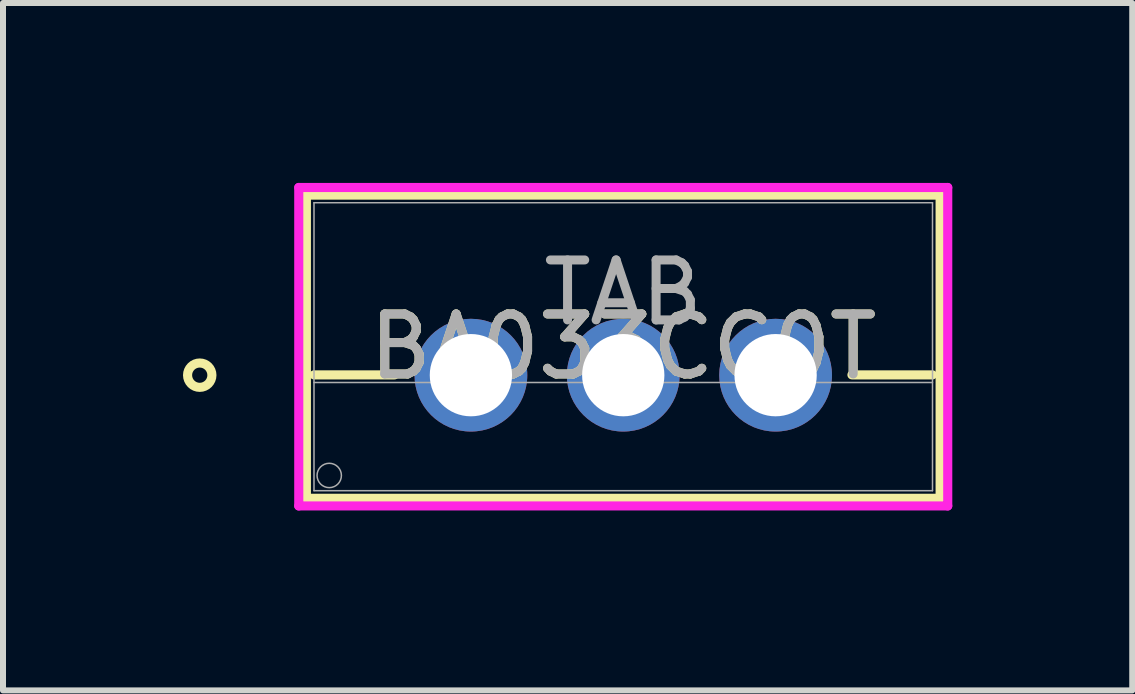
<source format=kicad_pcb>
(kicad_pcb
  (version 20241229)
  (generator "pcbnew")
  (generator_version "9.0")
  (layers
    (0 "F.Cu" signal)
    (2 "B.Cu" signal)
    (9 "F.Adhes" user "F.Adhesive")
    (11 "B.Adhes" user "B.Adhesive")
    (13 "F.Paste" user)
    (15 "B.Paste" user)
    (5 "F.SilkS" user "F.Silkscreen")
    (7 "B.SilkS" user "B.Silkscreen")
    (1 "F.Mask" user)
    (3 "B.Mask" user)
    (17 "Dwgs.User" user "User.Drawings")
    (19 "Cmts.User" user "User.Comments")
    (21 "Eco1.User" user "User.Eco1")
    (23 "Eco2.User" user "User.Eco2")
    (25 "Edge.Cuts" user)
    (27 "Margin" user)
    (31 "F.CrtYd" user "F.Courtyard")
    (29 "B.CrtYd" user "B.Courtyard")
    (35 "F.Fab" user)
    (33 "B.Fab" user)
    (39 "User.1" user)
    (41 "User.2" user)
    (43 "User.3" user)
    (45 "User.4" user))
  (footprint "BA033CC0T"
    (layer "F.Cu")
    (at 4.801 3.205)
    (property "Reference" "BA033CC0T" (at 2.54 -0.475 0) (unlocked yes) (layer "F.SilkS") (effects (font (size 1 1) (thickness 0.15))))
    (attr through_hole)
    (fp_line (start -2.743 -3.002) (end -2.743 2.053) (stroke (width 0.152) (type solid)) (layer "F.SilkS"))
    (fp_line (start -2.743 2.053) (end 7.823 2.053) (stroke (width 0.152) (type solid)) (layer "F.SilkS"))
    (fp_line (start -2.616 -0.005) (end -1.273 -0.005) (stroke (width 0.152) (type solid)) (layer "F.SilkS"))
    (fp_line (start 6.353 -0.005) (end 7.696 -0.005) (stroke (width 0.152) (type solid)) (layer "F.SilkS"))
    (fp_line (start 7.823 -3.002) (end -2.743 -3.002) (stroke (width 0.152) (type solid)) (layer "F.SilkS"))
    (fp_line (start 7.823 2.053) (end 7.823 -3.002) (stroke (width 0.152) (type solid)) (layer "F.SilkS"))
    (fp_circle (center -4.521 0) (end -4.318 0) (stroke (width 0.152) (type solid)) (fill no) (layer "F.SilkS"))
    (fp_line (start -2.87 -3.129) (end -2.87 2.18) (stroke (width 0.152) (type solid)) (layer "F.CrtYd"))
    (fp_line (start -2.87 2.18) (end 7.95 2.18) (stroke (width 0.152) (type solid)) (layer "F.CrtYd"))
    (fp_line (start 7.95 -3.129) (end -2.87 -3.129) (stroke (width 0.152) (type solid)) (layer "F.CrtYd"))
    (fp_line (start 7.95 2.18) (end 7.95 -3.129) (stroke (width 0.152) (type solid)) (layer "F.CrtYd"))
    (fp_line (start -2.616 -2.875) (end -2.616 1.926) (stroke (width 0.025) (type solid)) (layer "F.Fab"))
    (fp_line (start -2.616 0.122) (end 7.696 0.122) (stroke (width 0.025) (type solid)) (layer "F.Fab"))
    (fp_line (start -2.616 1.926) (end 7.696 1.926) (stroke (width 0.025) (type solid)) (layer "F.Fab"))
    (fp_line (start 7.696 -2.875) (end -2.616 -2.875) (stroke (width 0.025) (type solid)) (layer "F.Fab"))
    (fp_line (start 7.696 1.926) (end 7.696 -2.875) (stroke (width 0.025) (type solid)) (layer "F.Fab"))
    (fp_circle (center -2.362 1.672) (end -2.159 1.672) (stroke (width 0.025) (type solid)) (fill no) (layer "F.Fab"))
    (fp_text user "${REFERENCE}" (at 2.54 -0.475 0) (unlocked yes) (layer "F.Fab") (effects (font (size 1 1) (thickness 0.15))))
    (fp_text user "TAB" (at 2.54 -1.376 0) (unlocked yes) (layer "F.Fab") (effects (font (size 1 1) (thickness 0.15))))
    (pad "1" thru_hole circle (at 0 0) (size 1.88 1.88) (drill 1.372) (layers "*.Cu" "*.Mask"))
    (pad "2" thru_hole circle (at 2.54 0) (size 1.88 1.88) (drill 1.372) (layers "*.Cu" "*.Mask"))
    (pad "3" thru_hole circle (at 5.08 0) (size 1.88 1.88) (drill 1.372) (layers "*.Cu" "*.Mask")))
  (gr_rect
    (start -3 -3)
    (end 15.827 8.461)
    (stroke (width 0.1) (type default))
    (fill no)
    (layer "Edge.Cuts")))
</source>
